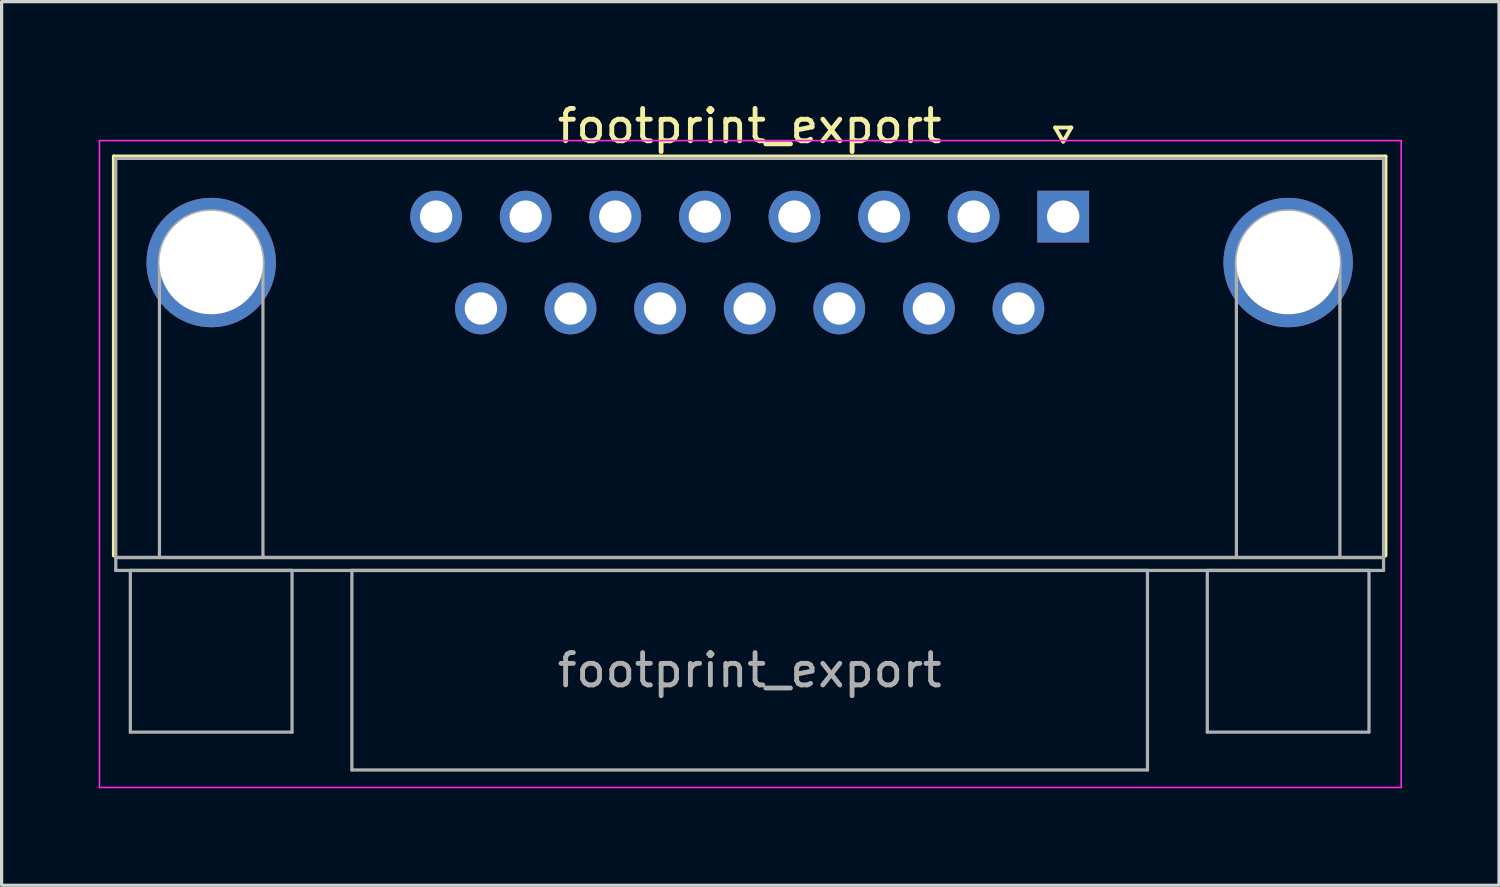
<source format=kicad_pcb>
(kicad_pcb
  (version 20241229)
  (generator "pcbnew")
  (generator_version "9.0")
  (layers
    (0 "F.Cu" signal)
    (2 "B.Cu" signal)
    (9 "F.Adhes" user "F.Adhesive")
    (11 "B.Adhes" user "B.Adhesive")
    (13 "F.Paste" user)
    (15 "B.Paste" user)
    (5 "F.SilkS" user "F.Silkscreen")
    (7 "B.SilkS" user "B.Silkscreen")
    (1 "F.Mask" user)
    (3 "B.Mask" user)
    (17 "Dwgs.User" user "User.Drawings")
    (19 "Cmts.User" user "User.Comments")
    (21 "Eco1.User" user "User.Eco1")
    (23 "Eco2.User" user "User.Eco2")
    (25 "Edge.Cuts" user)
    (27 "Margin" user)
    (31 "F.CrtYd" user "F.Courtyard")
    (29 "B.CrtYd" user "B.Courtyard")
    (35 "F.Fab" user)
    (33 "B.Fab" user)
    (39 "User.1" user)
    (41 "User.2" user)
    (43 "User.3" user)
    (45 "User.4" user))
  (footprint "footprint_export"
    (layer "F.Cu")
    (at 29.825 3.648)
    (property "Reference" "footprint_export" (at -9.695 -2.8 0) (layer "F.SilkS") (effects (font (size 1 1) (thickness 0.15))))
    (attr through_hole)
    (fp_line (start -29.355 -1.86) (end 9.965 -1.86) (stroke (width 0.12) (type solid)) (layer "F.SilkS"))
    (fp_line (start -29.355 10.48) (end -29.355 -1.86) (stroke (width 0.12) (type solid)) (layer "F.SilkS"))
    (fp_line (start -0.25 -2.754) (end 0.25 -2.754) (stroke (width 0.12) (type solid)) (layer "F.SilkS"))
    (fp_line (start 0 -2.321) (end -0.25 -2.754) (stroke (width 0.12) (type solid)) (layer "F.SilkS"))
    (fp_line (start 0.25 -2.754) (end 0 -2.321) (stroke (width 0.12) (type solid)) (layer "F.SilkS"))
    (fp_line (start 9.965 -1.86) (end 9.965 10.48) (stroke (width 0.12) (type solid)) (layer "F.SilkS"))
    (fp_line (start -29.8 -2.35) (end -29.8 17.65) (stroke (width 0.05) (type solid)) (layer "F.CrtYd"))
    (fp_line (start -29.8 17.65) (end 10.45 17.65) (stroke (width 0.05) (type solid)) (layer "F.CrtYd"))
    (fp_line (start 10.45 -2.35) (end -29.8 -2.35) (stroke (width 0.05) (type solid)) (layer "F.CrtYd"))
    (fp_line (start 10.45 17.65) (end 10.45 -2.35) (stroke (width 0.05) (type solid)) (layer "F.CrtYd"))
    (fp_line (start -29.295 -1.8) (end -29.295 10.54) (stroke (width 0.1) (type solid)) (layer "F.Fab"))
    (fp_line (start -29.295 10.54) (end -29.295 10.94) (stroke (width 0.1) (type solid)) (layer "F.Fab"))
    (fp_line (start -29.295 10.54) (end 9.905 10.54) (stroke (width 0.1) (type solid)) (layer "F.Fab"))
    (fp_line (start -29.295 10.94) (end 9.905 10.94) (stroke (width 0.1) (type solid)) (layer "F.Fab"))
    (fp_line (start -28.845 10.94) (end -28.845 15.94) (stroke (width 0.1) (type solid)) (layer "F.Fab"))
    (fp_line (start -28.845 15.94) (end -23.845 15.94) (stroke (width 0.1) (type solid)) (layer "F.Fab"))
    (fp_line (start -27.945 10.54) (end -27.945 1.42) (stroke (width 0.1) (type solid)) (layer "F.Fab"))
    (fp_line (start -24.745 10.54) (end -24.745 1.42) (stroke (width 0.1) (type solid)) (layer "F.Fab"))
    (fp_line (start -23.845 10.94) (end -28.845 10.94) (stroke (width 0.1) (type solid)) (layer "F.Fab"))
    (fp_line (start -23.845 15.94) (end -23.845 10.94) (stroke (width 0.1) (type solid)) (layer "F.Fab"))
    (fp_line (start -21.995 10.94) (end -21.995 17.11) (stroke (width 0.1) (type solid)) (layer "F.Fab"))
    (fp_line (start -21.995 17.11) (end 2.605 17.11) (stroke (width 0.1) (type solid)) (layer "F.Fab"))
    (fp_line (start 2.605 10.94) (end -21.995 10.94) (stroke (width 0.1) (type solid)) (layer "F.Fab"))
    (fp_line (start 2.605 17.11) (end 2.605 10.94) (stroke (width 0.1) (type solid)) (layer "F.Fab"))
    (fp_line (start 4.455 10.94) (end 4.455 15.94) (stroke (width 0.1) (type solid)) (layer "F.Fab"))
    (fp_line (start 4.455 15.94) (end 9.455 15.94) (stroke (width 0.1) (type solid)) (layer "F.Fab"))
    (fp_line (start 5.355 10.54) (end 5.355 1.42) (stroke (width 0.1) (type solid)) (layer "F.Fab"))
    (fp_line (start 8.555 10.54) (end 8.555 1.42) (stroke (width 0.1) (type solid)) (layer "F.Fab"))
    (fp_line (start 9.455 10.94) (end 4.455 10.94) (stroke (width 0.1) (type solid)) (layer "F.Fab"))
    (fp_line (start 9.455 15.94) (end 9.455 10.94) (stroke (width 0.1) (type solid)) (layer "F.Fab"))
    (fp_line (start 9.905 -1.8) (end -29.295 -1.8) (stroke (width 0.1) (type solid)) (layer "F.Fab"))
    (fp_line (start 9.905 10.54) (end -29.295 10.54) (stroke (width 0.1) (type solid)) (layer "F.Fab"))
    (fp_line (start 9.905 10.54) (end 9.905 -1.8) (stroke (width 0.1) (type solid)) (layer "F.Fab"))
    (fp_line (start 9.905 10.94) (end 9.905 10.54) (stroke (width 0.1) (type solid)) (layer "F.Fab"))
    (fp_arc (start -27.945 1.42) (mid -26.345 -0.18) (end -24.745 1.42) (stroke (width 0.1) (type solid)) (layer "F.Fab"))
    (fp_arc (start 5.355 1.42) (mid 6.955 -0.18) (end 8.555 1.42) (stroke (width 0.1) (type solid)) (layer "F.Fab"))
    (fp_text user "${REFERENCE}" (at -9.695 14.025 0) (layer "F.Fab") (effects (font (size 1 1) (thickness 0.15))))
    (pad "0" thru_hole circle (at -26.345 1.42) (size 4 4) (drill 3.2) (layers "*.Cu" "*.Mask"))
    (pad "0" thru_hole circle (at 6.955 1.42) (size 4 4) (drill 3.2) (layers "*.Cu" "*.Mask"))
    (pad "1" thru_hole rect (at 0 0) (size 1.6 1.6) (drill 1) (layers "*.Cu" "*.Mask"))
    (pad "2" thru_hole circle (at -2.77 0) (size 1.6 1.6) (drill 1) (layers "*.Cu" "*.Mask"))
    (pad "3" thru_hole circle (at -5.54 0) (size 1.6 1.6) (drill 1) (layers "*.Cu" "*.Mask"))
    (pad "4" thru_hole circle (at -8.31 0) (size 1.6 1.6) (drill 1) (layers "*.Cu" "*.Mask"))
    (pad "5" thru_hole circle (at -11.08 0) (size 1.6 1.6) (drill 1) (layers "*.Cu" "*.Mask"))
    (pad "6" thru_hole circle (at -13.85 0) (size 1.6 1.6) (drill 1) (layers "*.Cu" "*.Mask"))
    (pad "7" thru_hole circle (at -16.62 0) (size 1.6 1.6) (drill 1) (layers "*.Cu" "*.Mask"))
    (pad "8" thru_hole circle (at -19.39 0) (size 1.6 1.6) (drill 1) (layers "*.Cu" "*.Mask"))
    (pad "9" thru_hole circle (at -1.385 2.84) (size 1.6 1.6) (drill 1) (layers "*.Cu" "*.Mask"))
    (pad "10" thru_hole circle (at -4.155 2.84) (size 1.6 1.6) (drill 1) (layers "*.Cu" "*.Mask"))
    (pad "11" thru_hole circle (at -6.925 2.84) (size 1.6 1.6) (drill 1) (layers "*.Cu" "*.Mask"))
    (pad "12" thru_hole circle (at -9.695 2.84) (size 1.6 1.6) (drill 1) (layers "*.Cu" "*.Mask"))
    (pad "13" thru_hole circle (at -12.465 2.84) (size 1.6 1.6) (drill 1) (layers "*.Cu" "*.Mask"))
    (pad "14" thru_hole circle (at -15.235 2.84) (size 1.6 1.6) (drill 1) (layers "*.Cu" "*.Mask"))
    (pad "15" thru_hole circle (at -18.005 2.84) (size 1.6 1.6) (drill 1) (layers "*.Cu" "*.Mask")))
  (gr_rect
    (start -3 -3)
    (end 43.3 24.323)
    (stroke (width 0.1) (type default))
    (fill no)
    (layer "Edge.Cuts")))
</source>
